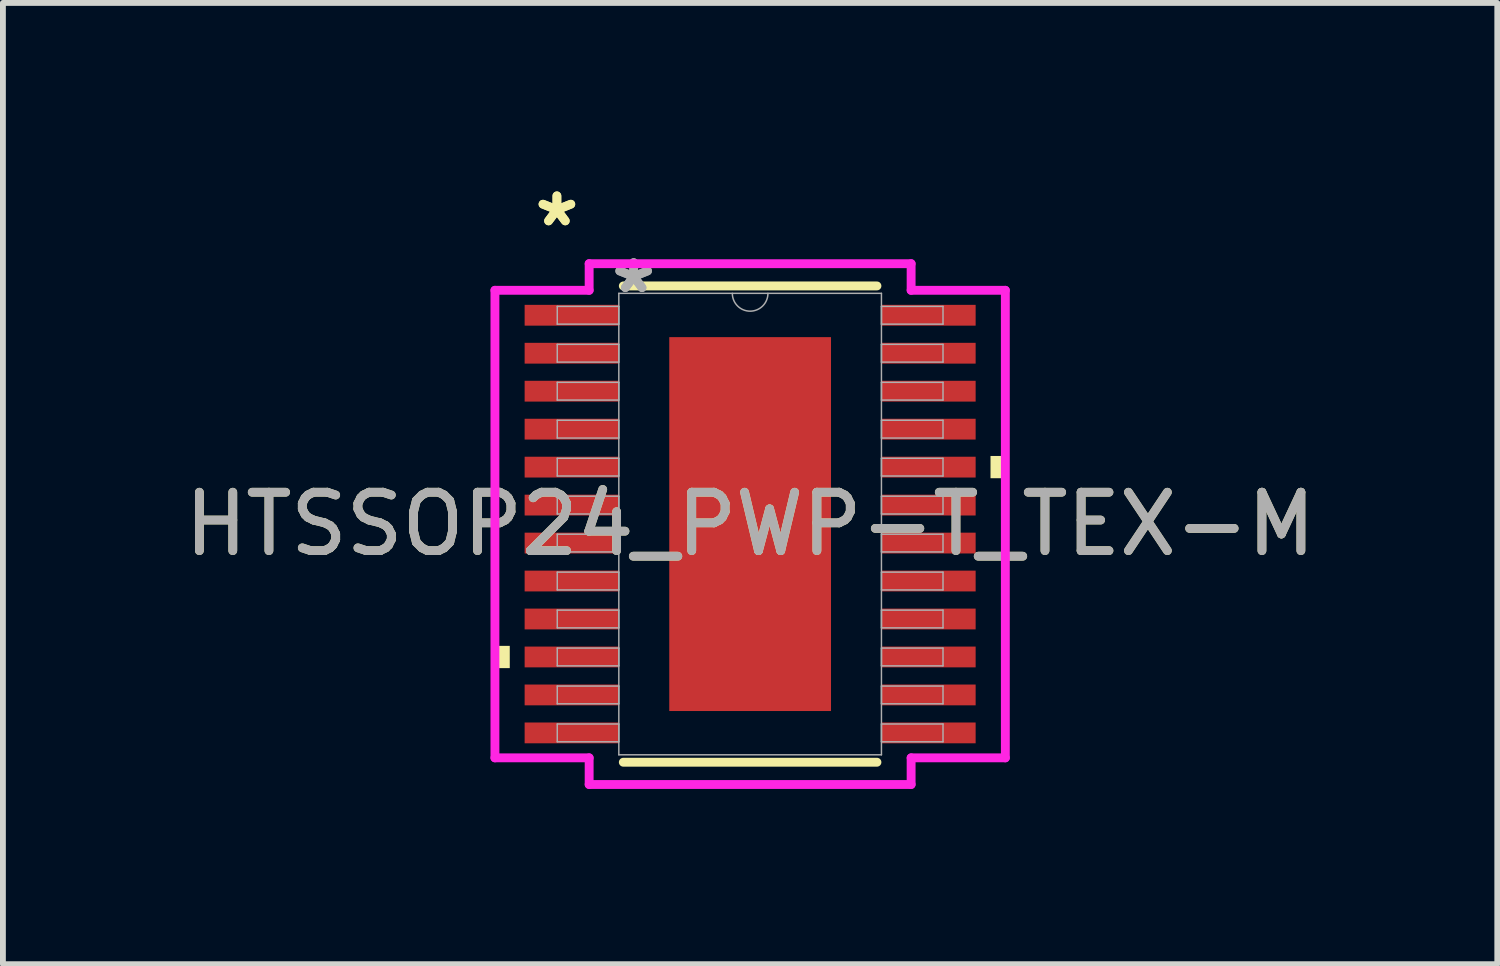
<source format=kicad_pcb>
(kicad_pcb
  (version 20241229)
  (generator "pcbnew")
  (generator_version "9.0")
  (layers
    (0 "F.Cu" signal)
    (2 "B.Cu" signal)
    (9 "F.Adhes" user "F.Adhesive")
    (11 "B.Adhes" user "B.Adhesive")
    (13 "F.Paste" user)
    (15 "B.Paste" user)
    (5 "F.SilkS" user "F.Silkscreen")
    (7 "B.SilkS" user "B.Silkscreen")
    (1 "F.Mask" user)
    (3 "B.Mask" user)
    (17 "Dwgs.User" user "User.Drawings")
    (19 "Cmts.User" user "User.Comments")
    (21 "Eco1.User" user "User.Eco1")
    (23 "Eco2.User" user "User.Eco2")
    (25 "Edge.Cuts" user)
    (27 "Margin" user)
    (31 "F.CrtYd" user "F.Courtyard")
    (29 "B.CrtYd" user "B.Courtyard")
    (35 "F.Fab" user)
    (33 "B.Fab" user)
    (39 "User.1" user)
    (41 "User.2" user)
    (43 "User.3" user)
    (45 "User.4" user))
  (footprint "HTSSOP24_PWP-T_TEX-M"
    (layer "F.Cu")
    (at 9.792 5.922)
    (property "Reference" "HTSSOP24_PWP-T_TEX-M" (at 0 0 0) (unlocked yes) (layer "F.SilkS") (effects (font (size 1 1) (thickness 0.15))))
    (attr smd)
    (fp_line (start -2.171 4.077) (end 2.171 4.077) (stroke (width 0.152) (type solid)) (layer "F.SilkS"))
    (fp_line (start 2.171 -4.077) (end -2.171 -4.077) (stroke (width 0.152) (type solid)) (layer "F.SilkS"))
    (fp_poly (pts (xy -4.369 2.085) (xy -4.369 2.466) (xy -4.115 2.466) (xy -4.115 2.085)) (stroke (width 0) (type solid)) (fill yes) (layer "F.SilkS"))
    (fp_poly (pts (xy 4.369 -1.166) (xy 4.369 -0.785) (xy 4.115 -0.785) (xy 4.115 -1.166)) (stroke (width 0) (type solid)) (fill yes) (layer "F.SilkS"))
    (fp_poly (pts (xy -1.284 -3.1) (xy -1.284 -2.02) (xy -0.1 -2.02) (xy -0.1 -3.1)) (stroke (width 0) (type solid)) (fill yes) (layer "F.Paste"))
    (fp_poly (pts (xy -1.284 -1.82) (xy -1.284 -0.74) (xy -0.1 -0.74) (xy -0.1 -1.82)) (stroke (width 0) (type solid)) (fill yes) (layer "F.Paste"))
    (fp_poly (pts (xy -1.284 -0.54) (xy -1.284 0.54) (xy -0.1 0.54) (xy -0.1 -0.54)) (stroke (width 0) (type solid)) (fill yes) (layer "F.Paste"))
    (fp_poly (pts (xy -1.284 0.74) (xy -1.284 1.82) (xy -0.1 1.82) (xy -0.1 0.74)) (stroke (width 0) (type solid)) (fill yes) (layer "F.Paste"))
    (fp_poly (pts (xy -1.284 2.02) (xy -1.284 3.1) (xy -0.1 3.1) (xy -0.1 2.02)) (stroke (width 0) (type solid)) (fill yes) (layer "F.Paste"))
    (fp_poly (pts (xy 0.1 -3.1) (xy 0.1 -2.02) (xy 1.284 -2.02) (xy 1.284 -3.1)) (stroke (width 0) (type solid)) (fill yes) (layer "F.Paste"))
    (fp_poly (pts (xy 0.1 -1.82) (xy 0.1 -0.74) (xy 1.284 -0.74) (xy 1.284 -1.82)) (stroke (width 0) (type solid)) (fill yes) (layer "F.Paste"))
    (fp_poly (pts (xy 0.1 -0.54) (xy 0.1 0.54) (xy 1.284 0.54) (xy 1.284 -0.54)) (stroke (width 0) (type solid)) (fill yes) (layer "F.Paste"))
    (fp_poly (pts (xy 0.1 0.74) (xy 0.1 1.82) (xy 1.284 1.82) (xy 1.284 0.74)) (stroke (width 0) (type solid)) (fill yes) (layer "F.Paste"))
    (fp_poly (pts (xy 0.1 2.02) (xy 0.1 3.1) (xy 1.284 3.1) (xy 1.284 2.02)) (stroke (width 0) (type solid)) (fill yes) (layer "F.Paste"))
    (fp_line (start -4.369 -4.002) (end -2.756 -4.002) (stroke (width 0.152) (type solid)) (layer "F.CrtYd"))
    (fp_line (start -4.369 4.002) (end -4.369 -4.002) (stroke (width 0.152) (type solid)) (layer "F.CrtYd"))
    (fp_line (start -4.369 4.002) (end -2.756 4.002) (stroke (width 0.152) (type solid)) (layer "F.CrtYd"))
    (fp_line (start -2.756 -4.458) (end 2.756 -4.458) (stroke (width 0.152) (type solid)) (layer "F.CrtYd"))
    (fp_line (start -2.756 -4.002) (end -2.756 -4.458) (stroke (width 0.152) (type solid)) (layer "F.CrtYd"))
    (fp_line (start -2.756 4.458) (end -2.756 4.002) (stroke (width 0.152) (type solid)) (layer "F.CrtYd"))
    (fp_line (start 2.756 -4.458) (end 2.756 -4.002) (stroke (width 0.152) (type solid)) (layer "F.CrtYd"))
    (fp_line (start 2.756 4.002) (end 2.756 4.458) (stroke (width 0.152) (type solid)) (layer "F.CrtYd"))
    (fp_line (start 2.756 4.458) (end -2.756 4.458) (stroke (width 0.152) (type solid)) (layer "F.CrtYd"))
    (fp_line (start 4.369 -4.002) (end 2.756 -4.002) (stroke (width 0.152) (type solid)) (layer "F.CrtYd"))
    (fp_line (start 4.369 -4.002) (end 4.369 4.002) (stroke (width 0.152) (type solid)) (layer "F.CrtYd"))
    (fp_line (start 4.369 4.002) (end 2.756 4.002) (stroke (width 0.152) (type solid)) (layer "F.CrtYd"))
    (fp_line (start -3.302 -3.727) (end -3.302 -3.423) (stroke (width 0.025) (type solid)) (layer "F.Fab"))
    (fp_line (start -3.302 -3.423) (end -2.248 -3.423) (stroke (width 0.025) (type solid)) (layer "F.Fab"))
    (fp_line (start -3.302 -3.077) (end -3.302 -2.773) (stroke (width 0.025) (type solid)) (layer "F.Fab"))
    (fp_line (start -3.302 -2.773) (end -2.248 -2.773) (stroke (width 0.025) (type solid)) (layer "F.Fab"))
    (fp_line (start -3.302 -2.427) (end -3.302 -2.123) (stroke (width 0.025) (type solid)) (layer "F.Fab"))
    (fp_line (start -3.302 -2.123) (end -2.248 -2.123) (stroke (width 0.025) (type solid)) (layer "F.Fab"))
    (fp_line (start -3.302 -1.777) (end -3.302 -1.473) (stroke (width 0.025) (type solid)) (layer "F.Fab"))
    (fp_line (start -3.302 -1.473) (end -2.248 -1.473) (stroke (width 0.025) (type solid)) (layer "F.Fab"))
    (fp_line (start -3.302 -1.127) (end -3.302 -0.823) (stroke (width 0.025) (type solid)) (layer "F.Fab"))
    (fp_line (start -3.302 -0.823) (end -2.248 -0.823) (stroke (width 0.025) (type solid)) (layer "F.Fab"))
    (fp_line (start -3.302 -0.477) (end -3.302 -0.173) (stroke (width 0.025) (type solid)) (layer "F.Fab"))
    (fp_line (start -3.302 -0.173) (end -2.248 -0.173) (stroke (width 0.025) (type solid)) (layer "F.Fab"))
    (fp_line (start -3.302 0.173) (end -3.302 0.477) (stroke (width 0.025) (type solid)) (layer "F.Fab"))
    (fp_line (start -3.302 0.477) (end -2.248 0.477) (stroke (width 0.025) (type solid)) (layer "F.Fab"))
    (fp_line (start -3.302 0.823) (end -3.302 1.127) (stroke (width 0.025) (type solid)) (layer "F.Fab"))
    (fp_line (start -3.302 1.127) (end -2.248 1.127) (stroke (width 0.025) (type solid)) (layer "F.Fab"))
    (fp_line (start -3.302 1.473) (end -3.302 1.777) (stroke (width 0.025) (type solid)) (layer "F.Fab"))
    (fp_line (start -3.302 1.777) (end -2.248 1.777) (stroke (width 0.025) (type solid)) (layer "F.Fab"))
    (fp_line (start -3.302 2.123) (end -3.302 2.427) (stroke (width 0.025) (type solid)) (layer "F.Fab"))
    (fp_line (start -3.302 2.427) (end -2.248 2.427) (stroke (width 0.025) (type solid)) (layer "F.Fab"))
    (fp_line (start -3.302 2.773) (end -3.302 3.077) (stroke (width 0.025) (type solid)) (layer "F.Fab"))
    (fp_line (start -3.302 3.077) (end -2.248 3.077) (stroke (width 0.025) (type solid)) (layer "F.Fab"))
    (fp_line (start -3.302 3.423) (end -3.302 3.727) (stroke (width 0.025) (type solid)) (layer "F.Fab"))
    (fp_line (start -3.302 3.727) (end -2.248 3.727) (stroke (width 0.025) (type solid)) (layer "F.Fab"))
    (fp_line (start -2.248 -3.95) (end -2.248 3.95) (stroke (width 0.025) (type solid)) (layer "F.Fab"))
    (fp_line (start -2.248 -3.727) (end -3.302 -3.727) (stroke (width 0.025) (type solid)) (layer "F.Fab"))
    (fp_line (start -2.248 -3.423) (end -2.248 -3.727) (stroke (width 0.025) (type solid)) (layer "F.Fab"))
    (fp_line (start -2.248 -3.077) (end -3.302 -3.077) (stroke (width 0.025) (type solid)) (layer "F.Fab"))
    (fp_line (start -2.248 -2.773) (end -2.248 -3.077) (stroke (width 0.025) (type solid)) (layer "F.Fab"))
    (fp_line (start -2.248 -2.427) (end -3.302 -2.427) (stroke (width 0.025) (type solid)) (layer "F.Fab"))
    (fp_line (start -2.248 -2.123) (end -2.248 -2.427) (stroke (width 0.025) (type solid)) (layer "F.Fab"))
    (fp_line (start -2.248 -1.777) (end -3.302 -1.777) (stroke (width 0.025) (type solid)) (layer "F.Fab"))
    (fp_line (start -2.248 -1.473) (end -2.248 -1.777) (stroke (width 0.025) (type solid)) (layer "F.Fab"))
    (fp_line (start -2.248 -1.127) (end -3.302 -1.127) (stroke (width 0.025) (type solid)) (layer "F.Fab"))
    (fp_line (start -2.248 -0.823) (end -2.248 -1.127) (stroke (width 0.025) (type solid)) (layer "F.Fab"))
    (fp_line (start -2.248 -0.477) (end -3.302 -0.477) (stroke (width 0.025) (type solid)) (layer "F.Fab"))
    (fp_line (start -2.248 -0.173) (end -2.248 -0.477) (stroke (width 0.025) (type solid)) (layer "F.Fab"))
    (fp_line (start -2.248 0.173) (end -3.302 0.173) (stroke (width 0.025) (type solid)) (layer "F.Fab"))
    (fp_line (start -2.248 0.477) (end -2.248 0.173) (stroke (width 0.025) (type solid)) (layer "F.Fab"))
    (fp_line (start -2.248 0.823) (end -3.302 0.823) (stroke (width 0.025) (type solid)) (layer "F.Fab"))
    (fp_line (start -2.248 1.127) (end -2.248 0.823) (stroke (width 0.025) (type solid)) (layer "F.Fab"))
    (fp_line (start -2.248 1.473) (end -3.302 1.473) (stroke (width 0.025) (type solid)) (layer "F.Fab"))
    (fp_line (start -2.248 1.777) (end -2.248 1.473) (stroke (width 0.025) (type solid)) (layer "F.Fab"))
    (fp_line (start -2.248 2.123) (end -3.302 2.123) (stroke (width 0.025) (type solid)) (layer "F.Fab"))
    (fp_line (start -2.248 2.427) (end -2.248 2.123) (stroke (width 0.025) (type solid)) (layer "F.Fab"))
    (fp_line (start -2.248 2.773) (end -3.302 2.773) (stroke (width 0.025) (type solid)) (layer "F.Fab"))
    (fp_line (start -2.248 3.077) (end -2.248 2.773) (stroke (width 0.025) (type solid)) (layer "F.Fab"))
    (fp_line (start -2.248 3.423) (end -3.302 3.423) (stroke (width 0.025) (type solid)) (layer "F.Fab"))
    (fp_line (start -2.248 3.727) (end -2.248 3.423) (stroke (width 0.025) (type solid)) (layer "F.Fab"))
    (fp_line (start -2.248 3.95) (end 2.248 3.95) (stroke (width 0.025) (type solid)) (layer "F.Fab"))
    (fp_line (start 2.248 -3.95) (end -2.248 -3.95) (stroke (width 0.025) (type solid)) (layer "F.Fab"))
    (fp_line (start 2.248 -3.727) (end 2.248 -3.423) (stroke (width 0.025) (type solid)) (layer "F.Fab"))
    (fp_line (start 2.248 -3.423) (end 3.302 -3.423) (stroke (width 0.025) (type solid)) (layer "F.Fab"))
    (fp_line (start 2.248 -3.077) (end 2.248 -2.773) (stroke (width 0.025) (type solid)) (layer "F.Fab"))
    (fp_line (start 2.248 -2.773) (end 3.302 -2.773) (stroke (width 0.025) (type solid)) (layer "F.Fab"))
    (fp_line (start 2.248 -2.427) (end 2.248 -2.123) (stroke (width 0.025) (type solid)) (layer "F.Fab"))
    (fp_line (start 2.248 -2.123) (end 3.302 -2.123) (stroke (width 0.025) (type solid)) (layer "F.Fab"))
    (fp_line (start 2.248 -1.777) (end 2.248 -1.473) (stroke (width 0.025) (type solid)) (layer "F.Fab"))
    (fp_line (start 2.248 -1.473) (end 3.302 -1.473) (stroke (width 0.025) (type solid)) (layer "F.Fab"))
    (fp_line (start 2.248 -1.127) (end 2.248 -0.823) (stroke (width 0.025) (type solid)) (layer "F.Fab"))
    (fp_line (start 2.248 -0.823) (end 3.302 -0.823) (stroke (width 0.025) (type solid)) (layer "F.Fab"))
    (fp_line (start 2.248 -0.477) (end 2.248 -0.173) (stroke (width 0.025) (type solid)) (layer "F.Fab"))
    (fp_line (start 2.248 -0.173) (end 3.302 -0.173) (stroke (width 0.025) (type solid)) (layer "F.Fab"))
    (fp_line (start 2.248 0.173) (end 2.248 0.477) (stroke (width 0.025) (type solid)) (layer "F.Fab"))
    (fp_line (start 2.248 0.477) (end 3.302 0.477) (stroke (width 0.025) (type solid)) (layer "F.Fab"))
    (fp_line (start 2.248 0.823) (end 2.248 1.127) (stroke (width 0.025) (type solid)) (layer "F.Fab"))
    (fp_line (start 2.248 1.127) (end 3.302 1.127) (stroke (width 0.025) (type solid)) (layer "F.Fab"))
    (fp_line (start 2.248 1.473) (end 2.248 1.777) (stroke (width 0.025) (type solid)) (layer "F.Fab"))
    (fp_line (start 2.248 1.777) (end 3.302 1.777) (stroke (width 0.025) (type solid)) (layer "F.Fab"))
    (fp_line (start 2.248 2.123) (end 2.248 2.427) (stroke (width 0.025) (type solid)) (layer "F.Fab"))
    (fp_line (start 2.248 2.427) (end 3.302 2.427) (stroke (width 0.025) (type solid)) (layer "F.Fab"))
    (fp_line (start 2.248 2.773) (end 2.248 3.077) (stroke (width 0.025) (type solid)) (layer "F.Fab"))
    (fp_line (start 2.248 3.077) (end 3.302 3.077) (stroke (width 0.025) (type solid)) (layer "F.Fab"))
    (fp_line (start 2.248 3.423) (end 2.248 3.727) (stroke (width 0.025) (type solid)) (layer "F.Fab"))
    (fp_line (start 2.248 3.727) (end 3.302 3.727) (stroke (width 0.025) (type solid)) (layer "F.Fab"))
    (fp_line (start 2.248 3.95) (end 2.248 -3.95) (stroke (width 0.025) (type solid)) (layer "F.Fab"))
    (fp_line (start 3.302 -3.727) (end 2.248 -3.727) (stroke (width 0.025) (type solid)) (layer "F.Fab"))
    (fp_line (start 3.302 -3.423) (end 3.302 -3.727) (stroke (width 0.025) (type solid)) (layer "F.Fab"))
    (fp_line (start 3.302 -3.077) (end 2.248 -3.077) (stroke (width 0.025) (type solid)) (layer "F.Fab"))
    (fp_line (start 3.302 -2.773) (end 3.302 -3.077) (stroke (width 0.025) (type solid)) (layer "F.Fab"))
    (fp_line (start 3.302 -2.427) (end 2.248 -2.427) (stroke (width 0.025) (type solid)) (layer "F.Fab"))
    (fp_line (start 3.302 -2.123) (end 3.302 -2.427) (stroke (width 0.025) (type solid)) (layer "F.Fab"))
    (fp_line (start 3.302 -1.777) (end 2.248 -1.777) (stroke (width 0.025) (type solid)) (layer "F.Fab"))
    (fp_line (start 3.302 -1.473) (end 3.302 -1.777) (stroke (width 0.025) (type solid)) (layer "F.Fab"))
    (fp_line (start 3.302 -1.127) (end 2.248 -1.127) (stroke (width 0.025) (type solid)) (layer "F.Fab"))
    (fp_line (start 3.302 -0.823) (end 3.302 -1.127) (stroke (width 0.025) (type solid)) (layer "F.Fab"))
    (fp_line (start 3.302 -0.477) (end 2.248 -0.477) (stroke (width 0.025) (type solid)) (layer "F.Fab"))
    (fp_line (start 3.302 -0.173) (end 3.302 -0.477) (stroke (width 0.025) (type solid)) (layer "F.Fab"))
    (fp_line (start 3.302 0.173) (end 2.248 0.173) (stroke (width 0.025) (type solid)) (layer "F.Fab"))
    (fp_line (start 3.302 0.477) (end 3.302 0.173) (stroke (width 0.025) (type solid)) (layer "F.Fab"))
    (fp_line (start 3.302 0.823) (end 2.248 0.823) (stroke (width 0.025) (type solid)) (layer "F.Fab"))
    (fp_line (start 3.302 1.127) (end 3.302 0.823) (stroke (width 0.025) (type solid)) (layer "F.Fab"))
    (fp_line (start 3.302 1.473) (end 2.248 1.473) (stroke (width 0.025) (type solid)) (layer "F.Fab"))
    (fp_line (start 3.302 1.777) (end 3.302 1.473) (stroke (width 0.025) (type solid)) (layer "F.Fab"))
    (fp_line (start 3.302 2.123) (end 2.248 2.123) (stroke (width 0.025) (type solid)) (layer "F.Fab"))
    (fp_line (start 3.302 2.427) (end 3.302 2.123) (stroke (width 0.025) (type solid)) (layer "F.Fab"))
    (fp_line (start 3.302 2.773) (end 2.248 2.773) (stroke (width 0.025) (type solid)) (layer "F.Fab"))
    (fp_line (start 3.302 3.077) (end 3.302 2.773) (stroke (width 0.025) (type solid)) (layer "F.Fab"))
    (fp_line (start 3.302 3.423) (end 2.248 3.423) (stroke (width 0.025) (type solid)) (layer "F.Fab"))
    (fp_line (start 3.302 3.727) (end 3.302 3.423) (stroke (width 0.025) (type solid)) (layer "F.Fab"))
    (fp_arc (start 0.3048 -3.9497) (mid 0 -3.6449) (end -0.3048 -3.9497) (stroke (width 0.0254) (type solid)) (layer "F.Fab"))
    (fp_text user "*" (at -3.308 -5.074 0) (unlocked yes) (layer "F.SilkS") (effects (font (size 1 1) (thickness 0.15))))
    (fp_text user "*" (at -3.308 -5.074 0) (layer "F.SilkS") (effects (font (size 1 1) (thickness 0.15))))
    (fp_text user "*" (at -1.994 -3.931 0) (layer "F.Fab") (effects (font (size 1 1) (thickness 0.15))))
    (fp_text user "${REFERENCE}" (at 0 0 0) (unlocked yes) (layer "F.Fab") (effects (font (size 1 1) (thickness 0.15))))
    (fp_text user "*" (at -1.994 -3.931 0) (unlocked yes) (layer "F.Fab") (effects (font (size 1 1) (thickness 0.15))))
    (pad "1" smd rect (at -3.054 -3.575) (size 1.613 0.356) (layers "F.Cu" "F.Mask" "F.Paste"))
    (pad "2" smd rect (at -3.054 -2.925) (size 1.613 0.356) (layers "F.Cu" "F.Mask" "F.Paste"))
    (pad "3" smd rect (at -3.054 -2.275) (size 1.613 0.356) (layers "F.Cu" "F.Mask" "F.Paste"))
    (pad "4" smd rect (at -3.054 -1.625) (size 1.613 0.356) (layers "F.Cu" "F.Mask" "F.Paste"))
    (pad "5" smd rect (at -3.054 -0.975) (size 1.613 0.356) (layers "F.Cu" "F.Mask" "F.Paste"))
    (pad "6" smd rect (at -3.054 -0.325) (size 1.613 0.356) (layers "F.Cu" "F.Mask" "F.Paste"))
    (pad "7" smd rect (at -3.054 0.325) (size 1.613 0.356) (layers "F.Cu" "F.Mask" "F.Paste"))
    (pad "8" smd rect (at -3.054 0.975) (size 1.613 0.356) (layers "F.Cu" "F.Mask" "F.Paste"))
    (pad "9" smd rect (at -3.054 1.625) (size 1.613 0.356) (layers "F.Cu" "F.Mask" "F.Paste"))
    (pad "10" smd rect (at -3.054 2.275) (size 1.613 0.356) (layers "F.Cu" "F.Mask" "F.Paste"))
    (pad "11" smd rect (at -3.054 2.925) (size 1.613 0.356) (layers "F.Cu" "F.Mask" "F.Paste"))
    (pad "12" smd rect (at -3.054 3.575) (size 1.613 0.356) (layers "F.Cu" "F.Mask" "F.Paste"))
    (pad "13" smd rect (at 3.054 3.575) (size 1.613 0.356) (layers "F.Cu" "F.Mask" "F.Paste"))
    (pad "14" smd rect (at 3.054 2.925) (size 1.613 0.356) (layers "F.Cu" "F.Mask" "F.Paste"))
    (pad "15" smd rect (at 3.054 2.275) (size 1.613 0.356) (layers "F.Cu" "F.Mask" "F.Paste"))
    (pad "16" smd rect (at 3.054 1.625) (size 1.613 0.356) (layers "F.Cu" "F.Mask" "F.Paste"))
    (pad "17" smd rect (at 3.054 0.975) (size 1.613 0.356) (layers "F.Cu" "F.Mask" "F.Paste"))
    (pad "18" smd rect (at 3.054 0.325) (size 1.613 0.356) (layers "F.Cu" "F.Mask" "F.Paste"))
    (pad "19" smd rect (at 3.054 -0.325) (size 1.613 0.356) (layers "F.Cu" "F.Mask" "F.Paste"))
    (pad "20" smd rect (at 3.054 -0.975) (size 1.613 0.356) (layers "F.Cu" "F.Mask" "F.Paste"))
    (pad "21" smd rect (at 3.054 -1.625) (size 1.613 0.356) (layers "F.Cu" "F.Mask" "F.Paste"))
    (pad "22" smd rect (at 3.054 -2.275) (size 1.613 0.356) (layers "F.Cu" "F.Mask" "F.Paste"))
    (pad "23" smd rect (at 3.054 -2.925) (size 1.613 0.356) (layers "F.Cu" "F.Mask" "F.Paste"))
    (pad "24" smd rect (at 3.054 -3.575) (size 1.613 0.356) (layers "F.Cu" "F.Mask" "F.Paste"))
    (pad "25" smd rect (at 0 0) (size 2.769 6.401) (layers "F.Cu" "F.Mask" "F.Paste")))
  (gr_rect
    (start -3 -3)
    (end 22.583 13.456)
    (stroke (width 0.1) (type default))
    (fill no)
    (layer "Edge.Cuts")))
</source>
